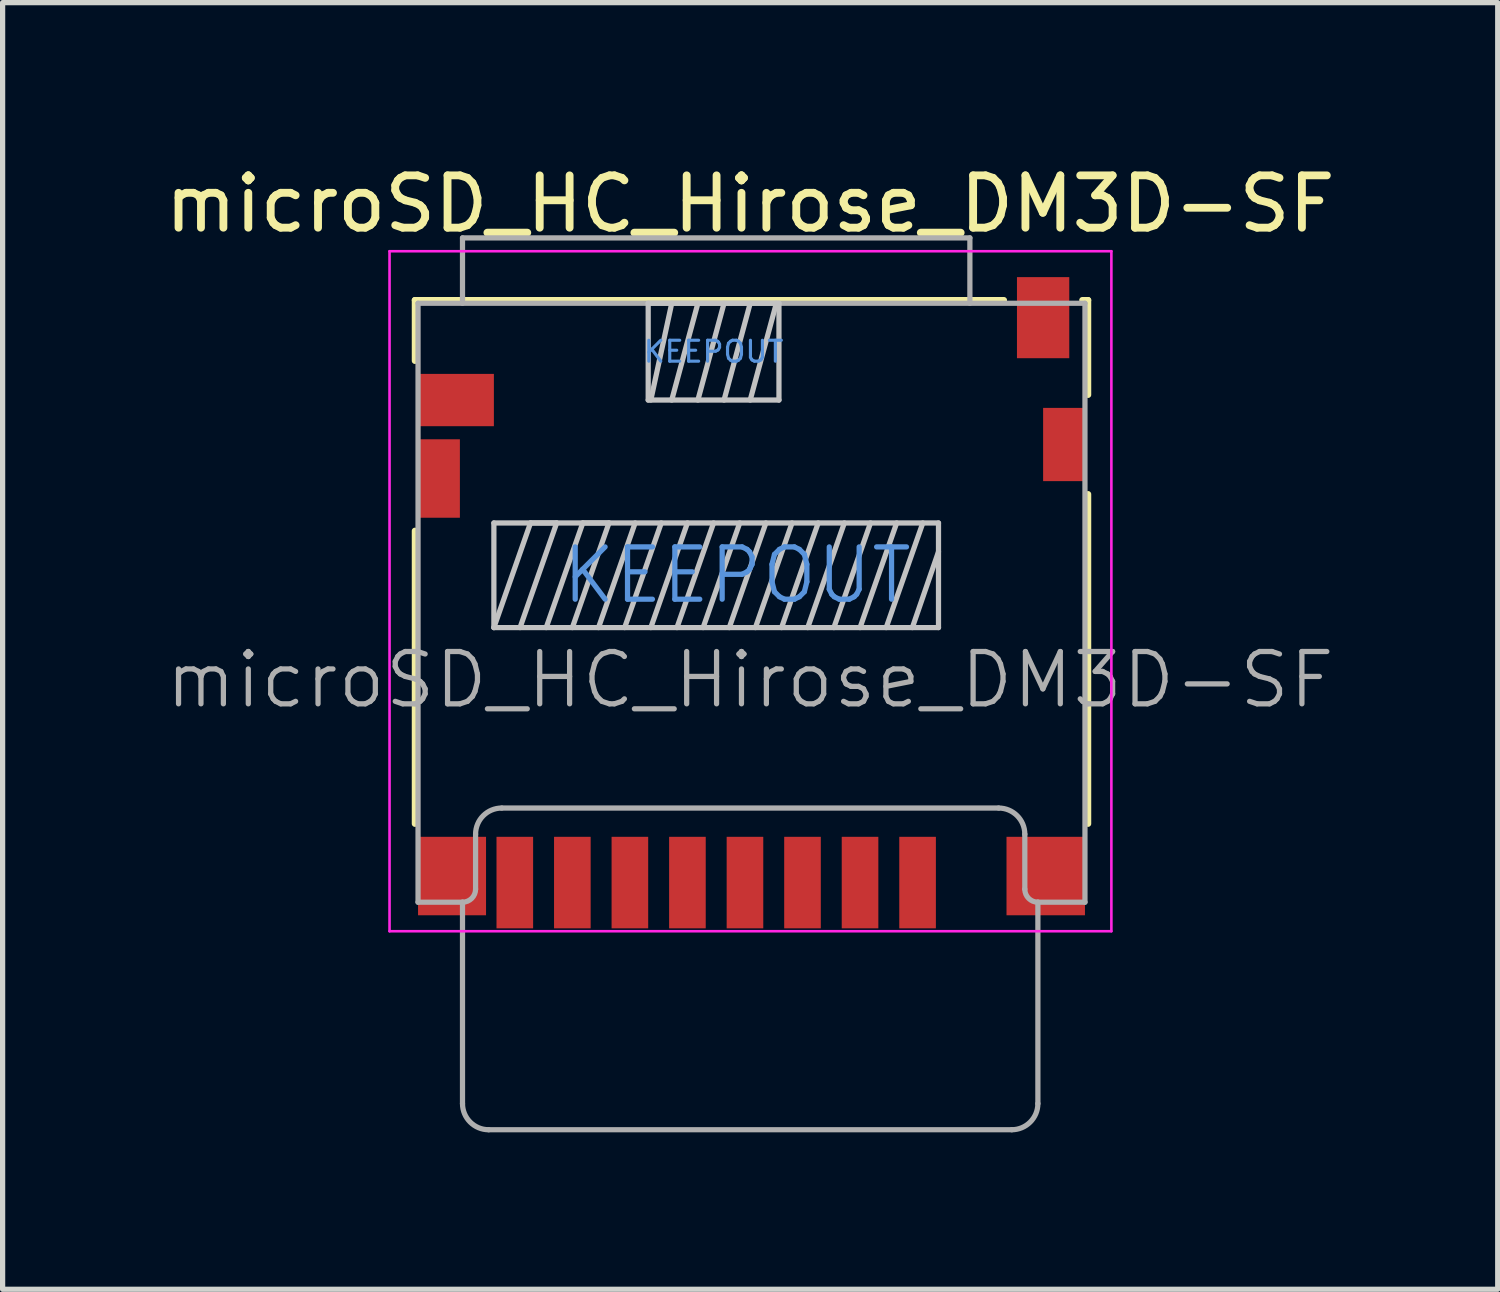
<source format=kicad_pcb>
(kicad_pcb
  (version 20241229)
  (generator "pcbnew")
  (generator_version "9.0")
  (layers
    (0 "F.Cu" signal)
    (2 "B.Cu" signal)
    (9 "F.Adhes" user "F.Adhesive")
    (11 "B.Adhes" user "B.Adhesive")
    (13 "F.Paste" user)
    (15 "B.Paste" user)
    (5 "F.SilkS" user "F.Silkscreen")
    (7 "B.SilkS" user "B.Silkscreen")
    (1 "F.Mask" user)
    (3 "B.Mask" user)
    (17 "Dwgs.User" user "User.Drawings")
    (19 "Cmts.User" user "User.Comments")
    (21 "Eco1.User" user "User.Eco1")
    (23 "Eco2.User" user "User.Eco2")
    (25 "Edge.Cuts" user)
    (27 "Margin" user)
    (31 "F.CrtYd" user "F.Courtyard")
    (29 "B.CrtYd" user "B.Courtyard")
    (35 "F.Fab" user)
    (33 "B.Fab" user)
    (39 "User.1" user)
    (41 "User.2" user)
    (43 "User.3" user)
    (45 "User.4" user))
  (footprint "microSD_HC_Hirose_DM3D-SF"
    (layer "F.Cu")
    (at 11.317 8.473)
    (property "Reference" "microSD_HC_Hirose_DM3D-SF" (at -0.025 -7.625 0) (layer "F.SilkS") (effects (font (size 1 1) (thickness 0.15))))
    (attr smd)
    (fp_line (start -6.435 -5.785) (end 4.825 -5.785) (stroke (width 0.12) (type solid)) (layer "F.SilkS"))
    (fp_line (start -6.435 -4.625) (end -6.435 -5.785) (stroke (width 0.12) (type solid)) (layer "F.SilkS"))
    (fp_line (start -6.435 -1.375) (end -6.435 4.225) (stroke (width 0.12) (type solid)) (layer "F.SilkS"))
    (fp_line (start 6.325 -5.785) (end 6.435 -5.785) (stroke (width 0.12) (type solid)) (layer "F.SilkS"))
    (fp_line (start 6.435 -5.785) (end 6.435 -3.975) (stroke (width 0.12) (type solid)) (layer "F.SilkS"))
    (fp_line (start 6.435 -2.075) (end 6.435 4.225) (stroke (width 0.12) (type solid)) (layer "F.SilkS"))
    (fp_line (start -4.925 -1.525) (end -4.925 0.475) (stroke (width 0.1) (type solid)) (layer "Dwgs.User"))
    (fp_line (start -4.925 -1.525) (end 3.575 -1.525) (stroke (width 0.1) (type solid)) (layer "Dwgs.User"))
    (fp_line (start -4.925 0.475) (end -4.225 -1.525) (stroke (width 0.1) (type solid)) (layer "Dwgs.User"))
    (fp_line (start -4.925 0.475) (end 3.575 0.475) (stroke (width 0.1) (type solid)) (layer "Dwgs.User"))
    (fp_line (start -4.425 0.475) (end -3.725 -1.525) (stroke (width 0.1) (type solid)) (layer "Dwgs.User"))
    (fp_line (start -4.225 -1.525) (end -3.725 -1.525) (stroke (width 0.1) (type solid)) (layer "Dwgs.User"))
    (fp_line (start -3.925 0.475) (end -3.225 -1.525) (stroke (width 0.1) (type solid)) (layer "Dwgs.User"))
    (fp_line (start -3.425 0.475) (end -2.725 -1.525) (stroke (width 0.1) (type solid)) (layer "Dwgs.User"))
    (fp_line (start -3.225 -1.525) (end -2.725 -1.525) (stroke (width 0.1) (type solid)) (layer "Dwgs.User"))
    (fp_line (start -2.925 0.475) (end -2.225 -1.525) (stroke (width 0.1) (type solid)) (layer "Dwgs.User"))
    (fp_line (start -2.425 0.475) (end -1.725 -1.525) (stroke (width 0.1) (type solid)) (layer "Dwgs.User"))
    (fp_line (start -1.975 -5.725) (end -1.975 -3.875) (stroke (width 0.1) (type solid)) (layer "Dwgs.User"))
    (fp_line (start -1.925 -3.875) (end -1.525 -5.725) (stroke (width 0.1) (type solid)) (layer "Dwgs.User"))
    (fp_line (start -1.925 0.475) (end -1.225 -1.525) (stroke (width 0.1) (type solid)) (layer "Dwgs.User"))
    (fp_line (start -1.425 0.475) (end -0.725 -1.525) (stroke (width 0.1) (type solid)) (layer "Dwgs.User"))
    (fp_line (start -1.025 -5.725) (end -1.525 -3.875) (stroke (width 0.1) (type solid)) (layer "Dwgs.User"))
    (fp_line (start -1.025 -3.875) (end -0.525 -5.725) (stroke (width 0.1) (type solid)) (layer "Dwgs.User"))
    (fp_line (start -0.925 0.475) (end -0.225 -1.525) (stroke (width 0.1) (type solid)) (layer "Dwgs.User"))
    (fp_line (start -0.425 0.475) (end 0.275 -1.525) (stroke (width 0.1) (type solid)) (layer "Dwgs.User"))
    (fp_line (start -0.025 -5.725) (end -0.525 -3.875) (stroke (width 0.1) (type solid)) (layer "Dwgs.User"))
    (fp_line (start -0.025 -3.875) (end 0.475 -5.725) (stroke (width 0.1) (type solid)) (layer "Dwgs.User"))
    (fp_line (start 0.075 0.475) (end 0.775 -1.525) (stroke (width 0.1) (type solid)) (layer "Dwgs.User"))
    (fp_line (start 0.525 -5.725) (end -1.975 -5.725) (stroke (width 0.1) (type solid)) (layer "Dwgs.User"))
    (fp_line (start 0.525 -3.875) (end -1.975 -3.875) (stroke (width 0.1) (type solid)) (layer "Dwgs.User"))
    (fp_line (start 0.525 -3.875) (end 0.525 -5.725) (stroke (width 0.1) (type solid)) (layer "Dwgs.User"))
    (fp_line (start 0.575 0.475) (end 1.275 -1.525) (stroke (width 0.1) (type solid)) (layer "Dwgs.User"))
    (fp_line (start 1.075 0.475) (end 1.775 -1.525) (stroke (width 0.1) (type solid)) (layer "Dwgs.User"))
    (fp_line (start 1.575 0.475) (end 2.275 -1.525) (stroke (width 0.1) (type solid)) (layer "Dwgs.User"))
    (fp_line (start 2.075 0.475) (end 2.775 -1.525) (stroke (width 0.1) (type solid)) (layer "Dwgs.User"))
    (fp_line (start 2.575 0.475) (end 3.275 -1.525) (stroke (width 0.1) (type solid)) (layer "Dwgs.User"))
    (fp_line (start 3.075 0.475) (end 3.575 -0.975) (stroke (width 0.1) (type solid)) (layer "Dwgs.User"))
    (fp_line (start 3.575 0.475) (end 3.575 -1.525) (stroke (width 0.1) (type solid)) (layer "Dwgs.User"))
    (fp_line (start -6.92 -6.72) (end 6.88 -6.72) (stroke (width 0.05) (type solid)) (layer "F.CrtYd"))
    (fp_line (start -6.92 6.28) (end -6.92 -6.72) (stroke (width 0.05) (type solid)) (layer "F.CrtYd"))
    (fp_line (start 6.88 -6.72) (end 6.88 6.28) (stroke (width 0.05) (type solid)) (layer "F.CrtYd"))
    (fp_line (start 6.88 6.28) (end -6.92 6.28) (stroke (width 0.05) (type solid)) (layer "F.CrtYd"))
    (fp_line (start -6.375 -5.725) (end 6.375 -5.725) (stroke (width 0.1) (type solid)) (layer "F.Fab"))
    (fp_line (start -6.375 5.725) (end -6.375 -5.725) (stroke (width 0.1) (type solid)) (layer "F.Fab"))
    (fp_line (start -6.375 5.725) (end -5.525 5.725) (stroke (width 0.1) (type solid)) (layer "F.Fab"))
    (fp_line (start -5.525 -6.975) (end 4.175 -6.975) (stroke (width 0.1) (type solid)) (layer "F.Fab"))
    (fp_line (start -5.525 -5.725) (end -5.525 -6.975) (stroke (width 0.1) (type solid)) (layer "F.Fab"))
    (fp_line (start -5.525 5.725) (end -5.525 9.575) (stroke (width 0.1) (type solid)) (layer "F.Fab"))
    (fp_line (start -5.275 5.475) (end -5.275 4.425) (stroke (width 0.1) (type solid)) (layer "F.Fab"))
    (fp_line (start -5.025 10.075) (end 4.975 10.075) (stroke (width 0.1) (type solid)) (layer "F.Fab"))
    (fp_line (start -4.775 3.925) (end 4.725 3.925) (stroke (width 0.1) (type solid)) (layer "F.Fab"))
    (fp_line (start 4.175 -5.725) (end 4.175 -6.975) (stroke (width 0.1) (type solid)) (layer "F.Fab"))
    (fp_line (start 5.225 5.475) (end 5.225 4.425) (stroke (width 0.1) (type solid)) (layer "F.Fab"))
    (fp_line (start 5.475 5.725) (end 6.375 5.725) (stroke (width 0.1) (type solid)) (layer "F.Fab"))
    (fp_line (start 5.475 9.575) (end 5.475 5.725) (stroke (width 0.1) (type solid)) (layer "F.Fab"))
    (fp_line (start 6.375 5.725) (end 6.375 -5.725) (stroke (width 0.1) (type solid)) (layer "F.Fab"))
    (fp_arc (start -5.275 4.425) (mid -5.128553 4.071447) (end -4.775 3.925) (stroke (width 0.1) (type solid)) (layer "F.Fab"))
    (fp_arc (start -5.275 5.475) (mid -5.348223 5.651777) (end -5.525 5.725) (stroke (width 0.1) (type solid)) (layer "F.Fab"))
    (fp_arc (start -5.025 10.075) (mid -5.378553 9.928553) (end -5.525 9.575) (stroke (width 0.1) (type solid)) (layer "F.Fab"))
    (fp_arc (start 4.725 3.925) (mid 5.078553 4.071447) (end 5.225 4.425) (stroke (width 0.1) (type solid)) (layer "F.Fab"))
    (fp_arc (start 5.475 5.725) (mid 5.298223 5.651777) (end 5.225 5.475) (stroke (width 0.1) (type solid)) (layer "F.Fab"))
    (fp_arc (start 5.475 9.575) (mid 5.328553 9.928553) (end 4.975 10.075) (stroke (width 0.1) (type solid)) (layer "F.Fab"))
    (fp_text user "KEEPOUT" (at -0.725 -4.8 0) (layer "Cmts.User") (effects (font (size 0.4 0.4) (thickness 0.06))))
    (fp_text user "KEEPOUT" (at -0.275 -0.525 0) (layer "Cmts.User") (effects (font (size 1 1) (thickness 0.1))))
    (fp_text user "${REFERENCE}" (at -0.025 1.475 0) (layer "F.Fab") (effects (font (size 1 1) (thickness 0.1))))
    (pad "1" smd rect (at 3.175 5.35) (size 0.7 1.75) (layers "F.Cu" "F.Mask" "F.Paste"))
    (pad "2" smd rect (at 2.075 5.35) (size 0.7 1.75) (layers "F.Cu" "F.Mask" "F.Paste"))
    (pad "3" smd rect (at 0.975 5.35) (size 0.7 1.75) (layers "F.Cu" "F.Mask" "F.Paste"))
    (pad "4" smd rect (at -0.125 5.35) (size 0.7 1.75) (layers "F.Cu" "F.Mask" "F.Paste"))
    (pad "5" smd rect (at -1.225 5.35) (size 0.7 1.75) (layers "F.Cu" "F.Mask" "F.Paste"))
    (pad "6" smd rect (at -2.325 5.35) (size 0.7 1.75) (layers "F.Cu" "F.Mask" "F.Paste"))
    (pad "7" smd rect (at -3.425 5.35) (size 0.7 1.75) (layers "F.Cu" "F.Mask" "F.Paste"))
    (pad "8" smd rect (at -4.525 5.35) (size 0.7 1.75) (layers "F.Cu" "F.Mask" "F.Paste"))
    (pad "9" smd rect (at -5.65 -3.875) (size 1.45 1) (layers "F.Cu" "F.Mask" "F.Paste"))
    (pad "10" smd rect (at 5.575 -5.45) (size 1 1.55) (layers "F.Cu" "F.Mask" "F.Paste"))
    (pad "11" smd rect (at -5.975 -2.375) (size 0.8 1.5) (layers "F.Cu" "F.Mask" "F.Paste"))
    (pad "11" smd rect (at -5.725 5.225) (size 1.3 1.5) (layers "F.Cu" "F.Mask" "F.Paste"))
    (pad "11" smd rect (at 5.625 5.225) (size 1.5 1.5) (layers "F.Cu" "F.Mask" "F.Paste"))
    (pad "11" smd rect (at 5.975 -3.025) (size 0.8 1.4) (layers "F.Cu" "F.Mask" "F.Paste")))
  (gr_rect
    (start -3 -3)
    (end 25.583 21.598)
    (stroke (width 0.1) (type default))
    (fill no)
    (layer "Edge.Cuts")))
</source>
